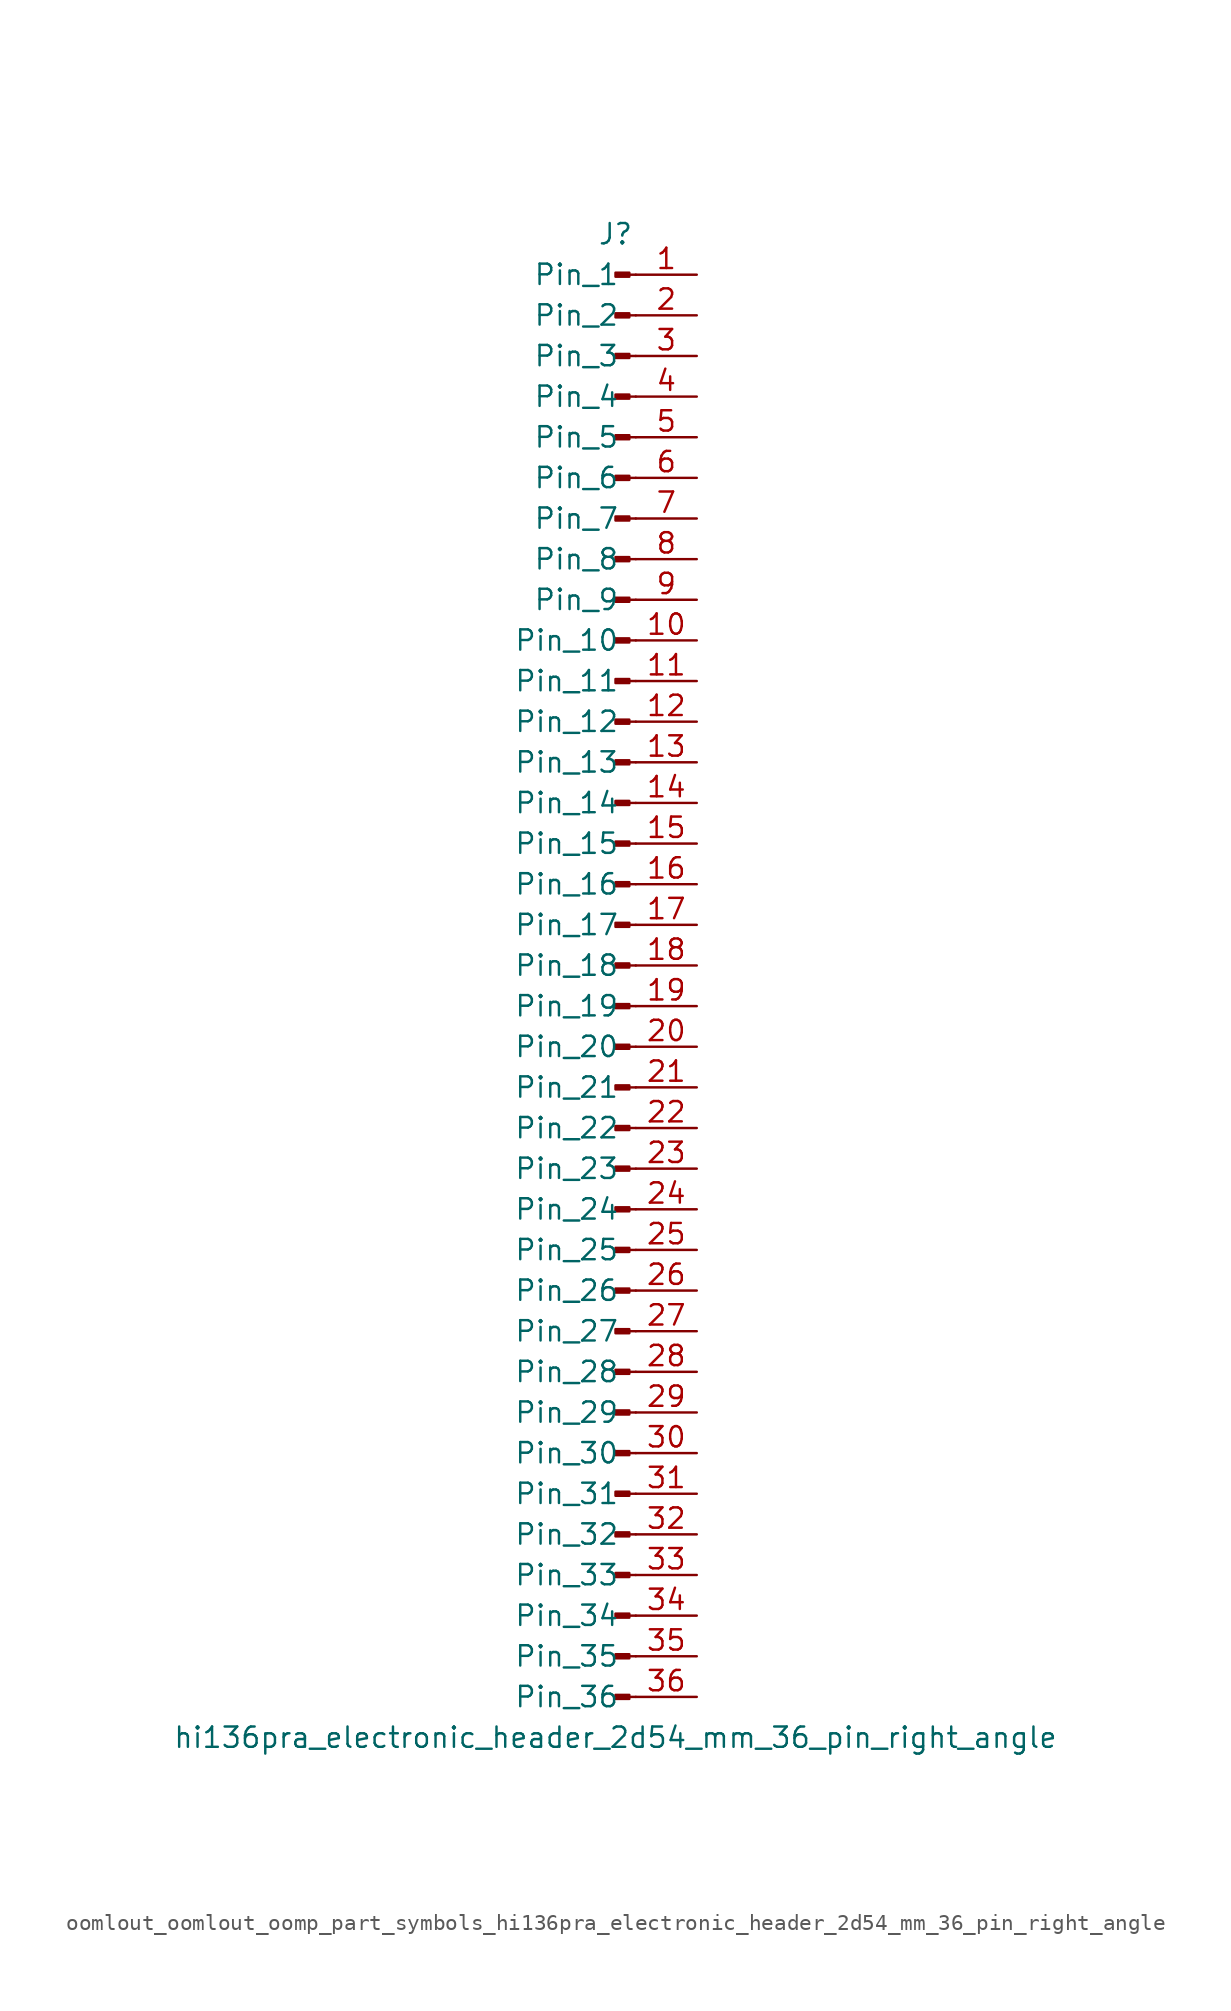
<source format=kicad_sym>
(kicad_symbol_lib
  (version 20220914)
  (generator kicad_symbol_editor)
  (symbol "oomlout_oomlout_oomp_part_symbols_hi136pra_electronic_header_2d54_mm_36_pin_right_angle"
    (pin_names
      (offset 1.016))
    (property "Reference" "J"
      (at 0 45.72 0)
      (effects (font (size 1.27 1.27))))
    (property "Value" "hi136pra_electronic_header_2d54_mm_36_pin_right_angle"
      (at 0 -48.26 0)
      (effects (font (size 1.27 1.27))))
    (property "ki_locked" ""
      (at 0 0 0)
      (effects (font (size 1.27 1.27))))
    (symbol "oomlout_oomlout_oomp_part_symbols_hi136pra_electronic_header_2d54_mm_36_pin_right_angle_1_1"
      (polyline (pts (xy 1.27 -45.72) (xy 0.864 -45.72)) (stroke (width 0.152) (type default)) (fill (type none)))
      (polyline (pts (xy 1.27 -43.18) (xy 0.864 -43.18)) (stroke (width 0.152) (type default)) (fill (type none)))
      (polyline (pts (xy 1.27 -40.64) (xy 0.864 -40.64)) (stroke (width 0.152) (type default)) (fill (type none)))
      (polyline (pts (xy 1.27 -38.1) (xy 0.864 -38.1)) (stroke (width 0.152) (type default)) (fill (type none)))
      (polyline (pts (xy 1.27 -35.56) (xy 0.864 -35.56)) (stroke (width 0.152) (type default)) (fill (type none)))
      (polyline (pts (xy 1.27 -33.02) (xy 0.864 -33.02)) (stroke (width 0.152) (type default)) (fill (type none)))
      (polyline (pts (xy 1.27 -30.48) (xy 0.864 -30.48)) (stroke (width 0.152) (type default)) (fill (type none)))
      (polyline (pts (xy 1.27 -27.94) (xy 0.864 -27.94)) (stroke (width 0.152) (type default)) (fill (type none)))
      (polyline (pts (xy 1.27 -25.4) (xy 0.864 -25.4)) (stroke (width 0.152) (type default)) (fill (type none)))
      (polyline (pts (xy 1.27 -22.86) (xy 0.864 -22.86)) (stroke (width 0.152) (type default)) (fill (type none)))
      (polyline (pts (xy 1.27 -20.32) (xy 0.864 -20.32)) (stroke (width 0.152) (type default)) (fill (type none)))
      (polyline (pts (xy 1.27 -17.78) (xy 0.864 -17.78)) (stroke (width 0.152) (type default)) (fill (type none)))
      (polyline (pts (xy 1.27 -15.24) (xy 0.864 -15.24)) (stroke (width 0.152) (type default)) (fill (type none)))
      (polyline (pts (xy 1.27 -12.7) (xy 0.864 -12.7)) (stroke (width 0.152) (type default)) (fill (type none)))
      (polyline (pts (xy 1.27 -10.16) (xy 0.864 -10.16)) (stroke (width 0.152) (type default)) (fill (type none)))
      (polyline (pts (xy 1.27 -7.62) (xy 0.864 -7.62)) (stroke (width 0.152) (type default)) (fill (type none)))
      (polyline (pts (xy 1.27 -5.08) (xy 0.864 -5.08)) (stroke (width 0.152) (type default)) (fill (type none)))
      (polyline (pts (xy 1.27 -2.54) (xy 0.864 -2.54)) (stroke (width 0.152) (type default)) (fill (type none)))
      (polyline (pts (xy 1.27 0) (xy 0.864 0)) (stroke (width 0.152) (type default)) (fill (type none)))
      (polyline (pts (xy 1.27 2.54) (xy 0.864 2.54)) (stroke (width 0.152) (type default)) (fill (type none)))
      (polyline (pts (xy 1.27 5.08) (xy 0.864 5.08)) (stroke (width 0.152) (type default)) (fill (type none)))
      (polyline (pts (xy 1.27 7.62) (xy 0.864 7.62)) (stroke (width 0.152) (type default)) (fill (type none)))
      (polyline (pts (xy 1.27 10.16) (xy 0.864 10.16)) (stroke (width 0.152) (type default)) (fill (type none)))
      (polyline (pts (xy 1.27 12.7) (xy 0.864 12.7)) (stroke (width 0.152) (type default)) (fill (type none)))
      (polyline (pts (xy 1.27 15.24) (xy 0.864 15.24)) (stroke (width 0.152) (type default)) (fill (type none)))
      (polyline (pts (xy 1.27 17.78) (xy 0.864 17.78)) (stroke (width 0.152) (type default)) (fill (type none)))
      (polyline (pts (xy 1.27 20.32) (xy 0.864 20.32)) (stroke (width 0.152) (type default)) (fill (type none)))
      (polyline (pts (xy 1.27 22.86) (xy 0.864 22.86)) (stroke (width 0.152) (type default)) (fill (type none)))
      (polyline (pts (xy 1.27 25.4) (xy 0.864 25.4)) (stroke (width 0.152) (type default)) (fill (type none)))
      (polyline (pts (xy 1.27 27.94) (xy 0.864 27.94)) (stroke (width 0.152) (type default)) (fill (type none)))
      (polyline (pts (xy 1.27 30.48) (xy 0.864 30.48)) (stroke (width 0.152) (type default)) (fill (type none)))
      (polyline (pts (xy 1.27 33.02) (xy 0.864 33.02)) (stroke (width 0.152) (type default)) (fill (type none)))
      (polyline (pts (xy 1.27 35.56) (xy 0.864 35.56)) (stroke (width 0.152) (type default)) (fill (type none)))
      (polyline (pts (xy 1.27 38.1) (xy 0.864 38.1)) (stroke (width 0.152) (type default)) (fill (type none)))
      (polyline (pts (xy 1.27 40.64) (xy 0.864 40.64)) (stroke (width 0.152) (type default)) (fill (type none)))
      (polyline (pts (xy 1.27 43.18) (xy 0.864 43.18)) (stroke (width 0.152) (type default)) (fill (type none)))
      (rectangle (start 0.864 -45.593) (end 0 -45.847) (stroke (width 0.152) (type default)) (fill (type outline)))
      (rectangle (start 0.864 -43.053) (end 0 -43.307) (stroke (width 0.152) (type default)) (fill (type outline)))
      (rectangle (start 0.864 -40.513) (end 0 -40.767) (stroke (width 0.152) (type default)) (fill (type outline)))
      (rectangle (start 0.864 -37.973) (end 0 -38.227) (stroke (width 0.152) (type default)) (fill (type outline)))
      (rectangle (start 0.864 -35.433) (end 0 -35.687) (stroke (width 0.152) (type default)) (fill (type outline)))
      (rectangle (start 0.864 -32.893) (end 0 -33.147) (stroke (width 0.152) (type default)) (fill (type outline)))
      (rectangle (start 0.864 -30.353) (end 0 -30.607) (stroke (width 0.152) (type default)) (fill (type outline)))
      (rectangle (start 0.864 -27.813) (end 0 -28.067) (stroke (width 0.152) (type default)) (fill (type outline)))
      (rectangle (start 0.864 -25.273) (end 0 -25.527) (stroke (width 0.152) (type default)) (fill (type outline)))
      (rectangle (start 0.864 -22.733) (end 0 -22.987) (stroke (width 0.152) (type default)) (fill (type outline)))
      (rectangle (start 0.864 -20.193) (end 0 -20.447) (stroke (width 0.152) (type default)) (fill (type outline)))
      (rectangle (start 0.864 -17.653) (end 0 -17.907) (stroke (width 0.152) (type default)) (fill (type outline)))
      (rectangle (start 0.864 -15.113) (end 0 -15.367) (stroke (width 0.152) (type default)) (fill (type outline)))
      (rectangle (start 0.864 -12.573) (end 0 -12.827) (stroke (width 0.152) (type default)) (fill (type outline)))
      (rectangle (start 0.864 -10.033) (end 0 -10.287) (stroke (width 0.152) (type default)) (fill (type outline)))
      (rectangle (start 0.864 -7.493) (end 0 -7.747) (stroke (width 0.152) (type default)) (fill (type outline)))
      (rectangle (start 0.864 -4.953) (end 0 -5.207) (stroke (width 0.152) (type default)) (fill (type outline)))
      (rectangle (start 0.864 -2.413) (end 0 -2.667) (stroke (width 0.152) (type default)) (fill (type outline)))
      (rectangle (start 0.864 0.127) (end 0 -0.127) (stroke (width 0.152) (type default)) (fill (type outline)))
      (rectangle (start 0.864 2.667) (end 0 2.413) (stroke (width 0.152) (type default)) (fill (type outline)))
      (rectangle (start 0.864 5.207) (end 0 4.953) (stroke (width 0.152) (type default)) (fill (type outline)))
      (rectangle (start 0.864 7.747) (end 0 7.493) (stroke (width 0.152) (type default)) (fill (type outline)))
      (rectangle (start 0.864 10.287) (end 0 10.033) (stroke (width 0.152) (type default)) (fill (type outline)))
      (rectangle (start 0.864 12.827) (end 0 12.573) (stroke (width 0.152) (type default)) (fill (type outline)))
      (rectangle (start 0.864 15.367) (end 0 15.113) (stroke (width 0.152) (type default)) (fill (type outline)))
      (rectangle (start 0.864 17.907) (end 0 17.653) (stroke (width 0.152) (type default)) (fill (type outline)))
      (rectangle (start 0.864 20.447) (end 0 20.193) (stroke (width 0.152) (type default)) (fill (type outline)))
      (rectangle (start 0.864 22.987) (end 0 22.733) (stroke (width 0.152) (type default)) (fill (type outline)))
      (rectangle (start 0.864 25.527) (end 0 25.273) (stroke (width 0.152) (type default)) (fill (type outline)))
      (rectangle (start 0.864 28.067) (end 0 27.813) (stroke (width 0.152) (type default)) (fill (type outline)))
      (rectangle (start 0.864 30.607) (end 0 30.353) (stroke (width 0.152) (type default)) (fill (type outline)))
      (rectangle (start 0.864 33.147) (end 0 32.893) (stroke (width 0.152) (type default)) (fill (type outline)))
      (rectangle (start 0.864 35.687) (end 0 35.433) (stroke (width 0.152) (type default)) (fill (type outline)))
      (rectangle (start 0.864 38.227) (end 0 37.973) (stroke (width 0.152) (type default)) (fill (type outline)))
      (rectangle (start 0.864 40.767) (end 0 40.513) (stroke (width 0.152) (type default)) (fill (type outline)))
      (rectangle (start 0.864 43.307) (end 0 43.053) (stroke (width 0.152) (type default)) (fill (type outline)))
      (pin passive line (at 5.08 43.18 180) (length 3.81) (name "Pin_1" (effects (font (size 1.27 1.27)))) (number "1" (effects (font (size 1.27 1.27)))))
      (pin passive line (at 5.08 20.32 180) (length 3.81) (name "Pin_10" (effects (font (size 1.27 1.27)))) (number "10" (effects (font (size 1.27 1.27)))))
      (pin passive line (at 5.08 17.78 180) (length 3.81) (name "Pin_11" (effects (font (size 1.27 1.27)))) (number "11" (effects (font (size 1.27 1.27)))))
      (pin passive line (at 5.08 15.24 180) (length 3.81) (name "Pin_12" (effects (font (size 1.27 1.27)))) (number "12" (effects (font (size 1.27 1.27)))))
      (pin passive line (at 5.08 12.7 180) (length 3.81) (name "Pin_13" (effects (font (size 1.27 1.27)))) (number "13" (effects (font (size 1.27 1.27)))))
      (pin passive line (at 5.08 10.16 180) (length 3.81) (name "Pin_14" (effects (font (size 1.27 1.27)))) (number "14" (effects (font (size 1.27 1.27)))))
      (pin passive line (at 5.08 7.62 180) (length 3.81) (name "Pin_15" (effects (font (size 1.27 1.27)))) (number "15" (effects (font (size 1.27 1.27)))))
      (pin passive line (at 5.08 5.08 180) (length 3.81) (name "Pin_16" (effects (font (size 1.27 1.27)))) (number "16" (effects (font (size 1.27 1.27)))))
      (pin passive line (at 5.08 2.54 180) (length 3.81) (name "Pin_17" (effects (font (size 1.27 1.27)))) (number "17" (effects (font (size 1.27 1.27)))))
      (pin passive line (at 5.08 0 180) (length 3.81) (name "Pin_18" (effects (font (size 1.27 1.27)))) (number "18" (effects (font (size 1.27 1.27)))))
      (pin passive line (at 5.08 -2.54 180) (length 3.81) (name "Pin_19" (effects (font (size 1.27 1.27)))) (number "19" (effects (font (size 1.27 1.27)))))
      (pin passive line (at 5.08 40.64 180) (length 3.81) (name "Pin_2" (effects (font (size 1.27 1.27)))) (number "2" (effects (font (size 1.27 1.27)))))
      (pin passive line (at 5.08 -5.08 180) (length 3.81) (name "Pin_20" (effects (font (size 1.27 1.27)))) (number "20" (effects (font (size 1.27 1.27)))))
      (pin passive line (at 5.08 -7.62 180) (length 3.81) (name "Pin_21" (effects (font (size 1.27 1.27)))) (number "21" (effects (font (size 1.27 1.27)))))
      (pin passive line (at 5.08 -10.16 180) (length 3.81) (name "Pin_22" (effects (font (size 1.27 1.27)))) (number "22" (effects (font (size 1.27 1.27)))))
      (pin passive line (at 5.08 -12.7 180) (length 3.81) (name "Pin_23" (effects (font (size 1.27 1.27)))) (number "23" (effects (font (size 1.27 1.27)))))
      (pin passive line (at 5.08 -15.24 180) (length 3.81) (name "Pin_24" (effects (font (size 1.27 1.27)))) (number "24" (effects (font (size 1.27 1.27)))))
      (pin passive line (at 5.08 -17.78 180) (length 3.81) (name "Pin_25" (effects (font (size 1.27 1.27)))) (number "25" (effects (font (size 1.27 1.27)))))
      (pin passive line (at 5.08 -20.32 180) (length 3.81) (name "Pin_26" (effects (font (size 1.27 1.27)))) (number "26" (effects (font (size 1.27 1.27)))))
      (pin passive line (at 5.08 -22.86 180) (length 3.81) (name "Pin_27" (effects (font (size 1.27 1.27)))) (number "27" (effects (font (size 1.27 1.27)))))
      (pin passive line (at 5.08 -25.4 180) (length 3.81) (name "Pin_28" (effects (font (size 1.27 1.27)))) (number "28" (effects (font (size 1.27 1.27)))))
      (pin passive line (at 5.08 -27.94 180) (length 3.81) (name "Pin_29" (effects (font (size 1.27 1.27)))) (number "29" (effects (font (size 1.27 1.27)))))
      (pin passive line (at 5.08 38.1 180) (length 3.81) (name "Pin_3" (effects (font (size 1.27 1.27)))) (number "3" (effects (font (size 1.27 1.27)))))
      (pin passive line (at 5.08 -30.48 180) (length 3.81) (name "Pin_30" (effects (font (size 1.27 1.27)))) (number "30" (effects (font (size 1.27 1.27)))))
      (pin passive line (at 5.08 -33.02 180) (length 3.81) (name "Pin_31" (effects (font (size 1.27 1.27)))) (number "31" (effects (font (size 1.27 1.27)))))
      (pin passive line (at 5.08 -35.56 180) (length 3.81) (name "Pin_32" (effects (font (size 1.27 1.27)))) (number "32" (effects (font (size 1.27 1.27)))))
      (pin passive line (at 5.08 -38.1 180) (length 3.81) (name "Pin_33" (effects (font (size 1.27 1.27)))) (number "33" (effects (font (size 1.27 1.27)))))
      (pin passive line (at 5.08 -40.64 180) (length 3.81) (name "Pin_34" (effects (font (size 1.27 1.27)))) (number "34" (effects (font (size 1.27 1.27)))))
      (pin passive line (at 5.08 -43.18 180) (length 3.81) (name "Pin_35" (effects (font (size 1.27 1.27)))) (number "35" (effects (font (size 1.27 1.27)))))
      (pin passive line (at 5.08 -45.72 180) (length 3.81) (name "Pin_36" (effects (font (size 1.27 1.27)))) (number "36" (effects (font (size 1.27 1.27)))))
      (pin passive line (at 5.08 35.56 180) (length 3.81) (name "Pin_4" (effects (font (size 1.27 1.27)))) (number "4" (effects (font (size 1.27 1.27)))))
      (pin passive line (at 5.08 33.02 180) (length 3.81) (name "Pin_5" (effects (font (size 1.27 1.27)))) (number "5" (effects (font (size 1.27 1.27)))))
      (pin passive line (at 5.08 30.48 180) (length 3.81) (name "Pin_6" (effects (font (size 1.27 1.27)))) (number "6" (effects (font (size 1.27 1.27)))))
      (pin passive line (at 5.08 27.94 180) (length 3.81) (name "Pin_7" (effects (font (size 1.27 1.27)))) (number "7" (effects (font (size 1.27 1.27)))))
      (pin passive line (at 5.08 25.4 180) (length 3.81) (name "Pin_8" (effects (font (size 1.27 1.27)))) (number "8" (effects (font (size 1.27 1.27)))))
      (pin passive line (at 5.08 22.86 180) (length 3.81) (name "Pin_9" (effects (font (size 1.27 1.27)))) (number "9" (effects (font (size 1.27 1.27))))))))
</source>
